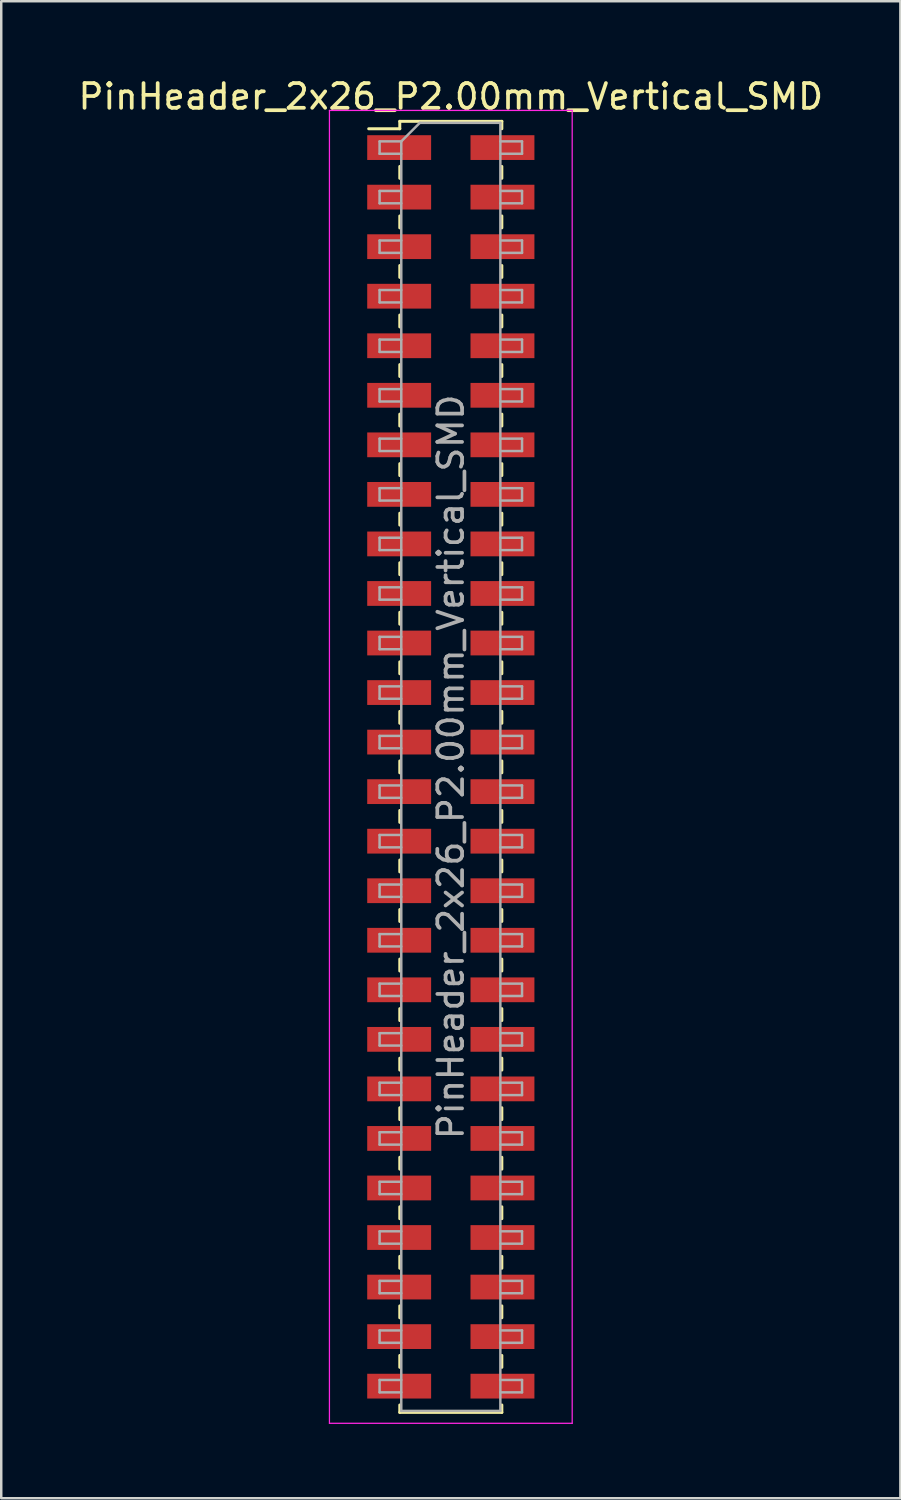
<source format=kicad_pcb>
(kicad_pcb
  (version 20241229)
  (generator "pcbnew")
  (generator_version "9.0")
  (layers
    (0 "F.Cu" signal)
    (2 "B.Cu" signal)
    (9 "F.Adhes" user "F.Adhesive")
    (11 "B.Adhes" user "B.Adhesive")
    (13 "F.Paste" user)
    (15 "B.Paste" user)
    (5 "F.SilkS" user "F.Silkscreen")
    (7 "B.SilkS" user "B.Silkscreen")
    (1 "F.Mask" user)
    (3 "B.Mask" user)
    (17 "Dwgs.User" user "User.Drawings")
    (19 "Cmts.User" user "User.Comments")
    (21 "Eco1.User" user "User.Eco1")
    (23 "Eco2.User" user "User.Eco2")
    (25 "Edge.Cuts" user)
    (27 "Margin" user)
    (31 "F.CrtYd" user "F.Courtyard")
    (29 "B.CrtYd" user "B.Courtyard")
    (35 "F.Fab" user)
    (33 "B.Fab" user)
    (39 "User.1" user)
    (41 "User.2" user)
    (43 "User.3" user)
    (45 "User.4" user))
  (footprint "PinHeader_2x26_P2.00mm_Vertical_SMD"
    (layer "F.Cu")
    (at 15.149 27.908)
    (property "Reference" "PinHeader_2x26_P2.00mm_Vertical_SMD" (at 0 -27.06 0) (layer "F.SilkS") (effects (font (size 1 1) (thickness 0.15))))
    (attr smd)
    (fp_line (start -3.315 -25.76) (end -2.06 -25.76) (stroke (width 0.12) (type solid)) (layer "F.SilkS"))
    (fp_line (start -2.06 -26.06) (end -2.06 -25.76) (stroke (width 0.12) (type solid)) (layer "F.SilkS"))
    (fp_line (start -2.06 -26.06) (end 2.06 -26.06) (stroke (width 0.12) (type solid)) (layer "F.SilkS"))
    (fp_line (start -2.06 -24.24) (end -2.06 -23.76) (stroke (width 0.12) (type solid)) (layer "F.SilkS"))
    (fp_line (start -2.06 -22.24) (end -2.06 -21.76) (stroke (width 0.12) (type solid)) (layer "F.SilkS"))
    (fp_line (start -2.06 -20.24) (end -2.06 -19.76) (stroke (width 0.12) (type solid)) (layer "F.SilkS"))
    (fp_line (start -2.06 -18.24) (end -2.06 -17.76) (stroke (width 0.12) (type solid)) (layer "F.SilkS"))
    (fp_line (start -2.06 -16.24) (end -2.06 -15.76) (stroke (width 0.12) (type solid)) (layer "F.SilkS"))
    (fp_line (start -2.06 -14.24) (end -2.06 -13.76) (stroke (width 0.12) (type solid)) (layer "F.SilkS"))
    (fp_line (start -2.06 -12.24) (end -2.06 -11.76) (stroke (width 0.12) (type solid)) (layer "F.SilkS"))
    (fp_line (start -2.06 -10.24) (end -2.06 -9.76) (stroke (width 0.12) (type solid)) (layer "F.SilkS"))
    (fp_line (start -2.06 -8.24) (end -2.06 -7.76) (stroke (width 0.12) (type solid)) (layer "F.SilkS"))
    (fp_line (start -2.06 -6.24) (end -2.06 -5.76) (stroke (width 0.12) (type solid)) (layer "F.SilkS"))
    (fp_line (start -2.06 -4.24) (end -2.06 -3.76) (stroke (width 0.12) (type solid)) (layer "F.SilkS"))
    (fp_line (start -2.06 -2.24) (end -2.06 -1.76) (stroke (width 0.12) (type solid)) (layer "F.SilkS"))
    (fp_line (start -2.06 -0.24) (end -2.06 0.24) (stroke (width 0.12) (type solid)) (layer "F.SilkS"))
    (fp_line (start -2.06 1.76) (end -2.06 2.24) (stroke (width 0.12) (type solid)) (layer "F.SilkS"))
    (fp_line (start -2.06 3.76) (end -2.06 4.24) (stroke (width 0.12) (type solid)) (layer "F.SilkS"))
    (fp_line (start -2.06 5.76) (end -2.06 6.24) (stroke (width 0.12) (type solid)) (layer "F.SilkS"))
    (fp_line (start -2.06 7.76) (end -2.06 8.24) (stroke (width 0.12) (type solid)) (layer "F.SilkS"))
    (fp_line (start -2.06 9.76) (end -2.06 10.24) (stroke (width 0.12) (type solid)) (layer "F.SilkS"))
    (fp_line (start -2.06 11.76) (end -2.06 12.24) (stroke (width 0.12) (type solid)) (layer "F.SilkS"))
    (fp_line (start -2.06 13.76) (end -2.06 14.24) (stroke (width 0.12) (type solid)) (layer "F.SilkS"))
    (fp_line (start -2.06 15.76) (end -2.06 16.24) (stroke (width 0.12) (type solid)) (layer "F.SilkS"))
    (fp_line (start -2.06 17.76) (end -2.06 18.24) (stroke (width 0.12) (type solid)) (layer "F.SilkS"))
    (fp_line (start -2.06 19.76) (end -2.06 20.24) (stroke (width 0.12) (type solid)) (layer "F.SilkS"))
    (fp_line (start -2.06 21.76) (end -2.06 22.24) (stroke (width 0.12) (type solid)) (layer "F.SilkS"))
    (fp_line (start -2.06 23.76) (end -2.06 24.24) (stroke (width 0.12) (type solid)) (layer "F.SilkS"))
    (fp_line (start -2.06 25.76) (end -2.06 26.06) (stroke (width 0.12) (type solid)) (layer "F.SilkS"))
    (fp_line (start -2.06 26.06) (end 2.06 26.06) (stroke (width 0.12) (type solid)) (layer "F.SilkS"))
    (fp_line (start 2.06 -26.06) (end 2.06 -25.76) (stroke (width 0.12) (type solid)) (layer "F.SilkS"))
    (fp_line (start 2.06 -24.24) (end 2.06 -23.76) (stroke (width 0.12) (type solid)) (layer "F.SilkS"))
    (fp_line (start 2.06 -22.24) (end 2.06 -21.76) (stroke (width 0.12) (type solid)) (layer "F.SilkS"))
    (fp_line (start 2.06 -20.24) (end 2.06 -19.76) (stroke (width 0.12) (type solid)) (layer "F.SilkS"))
    (fp_line (start 2.06 -18.24) (end 2.06 -17.76) (stroke (width 0.12) (type solid)) (layer "F.SilkS"))
    (fp_line (start 2.06 -16.24) (end 2.06 -15.76) (stroke (width 0.12) (type solid)) (layer "F.SilkS"))
    (fp_line (start 2.06 -14.24) (end 2.06 -13.76) (stroke (width 0.12) (type solid)) (layer "F.SilkS"))
    (fp_line (start 2.06 -12.24) (end 2.06 -11.76) (stroke (width 0.12) (type solid)) (layer "F.SilkS"))
    (fp_line (start 2.06 -10.24) (end 2.06 -9.76) (stroke (width 0.12) (type solid)) (layer "F.SilkS"))
    (fp_line (start 2.06 -8.24) (end 2.06 -7.76) (stroke (width 0.12) (type solid)) (layer "F.SilkS"))
    (fp_line (start 2.06 -6.24) (end 2.06 -5.76) (stroke (width 0.12) (type solid)) (layer "F.SilkS"))
    (fp_line (start 2.06 -4.24) (end 2.06 -3.76) (stroke (width 0.12) (type solid)) (layer "F.SilkS"))
    (fp_line (start 2.06 -2.24) (end 2.06 -1.76) (stroke (width 0.12) (type solid)) (layer "F.SilkS"))
    (fp_line (start 2.06 -0.24) (end 2.06 0.24) (stroke (width 0.12) (type solid)) (layer "F.SilkS"))
    (fp_line (start 2.06 1.76) (end 2.06 2.24) (stroke (width 0.12) (type solid)) (layer "F.SilkS"))
    (fp_line (start 2.06 3.76) (end 2.06 4.24) (stroke (width 0.12) (type solid)) (layer "F.SilkS"))
    (fp_line (start 2.06 5.76) (end 2.06 6.24) (stroke (width 0.12) (type solid)) (layer "F.SilkS"))
    (fp_line (start 2.06 7.76) (end 2.06 8.24) (stroke (width 0.12) (type solid)) (layer "F.SilkS"))
    (fp_line (start 2.06 9.76) (end 2.06 10.24) (stroke (width 0.12) (type solid)) (layer "F.SilkS"))
    (fp_line (start 2.06 11.76) (end 2.06 12.24) (stroke (width 0.12) (type solid)) (layer "F.SilkS"))
    (fp_line (start 2.06 13.76) (end 2.06 14.24) (stroke (width 0.12) (type solid)) (layer "F.SilkS"))
    (fp_line (start 2.06 15.76) (end 2.06 16.24) (stroke (width 0.12) (type solid)) (layer "F.SilkS"))
    (fp_line (start 2.06 17.76) (end 2.06 18.24) (stroke (width 0.12) (type solid)) (layer "F.SilkS"))
    (fp_line (start 2.06 19.76) (end 2.06 20.24) (stroke (width 0.12) (type solid)) (layer "F.SilkS"))
    (fp_line (start 2.06 21.76) (end 2.06 22.24) (stroke (width 0.12) (type solid)) (layer "F.SilkS"))
    (fp_line (start 2.06 23.76) (end 2.06 24.24) (stroke (width 0.12) (type solid)) (layer "F.SilkS"))
    (fp_line (start 2.06 25.76) (end 2.06 26.06) (stroke (width 0.12) (type solid)) (layer "F.SilkS"))
    (fp_line (start -4.9 -26.5) (end -4.9 26.5) (stroke (width 0.05) (type solid)) (layer "F.CrtYd"))
    (fp_line (start -4.9 26.5) (end 4.9 26.5) (stroke (width 0.05) (type solid)) (layer "F.CrtYd"))
    (fp_line (start 4.9 -26.5) (end -4.9 -26.5) (stroke (width 0.05) (type solid)) (layer "F.CrtYd"))
    (fp_line (start 4.9 26.5) (end 4.9 -26.5) (stroke (width 0.05) (type solid)) (layer "F.CrtYd"))
    (fp_line (start -2.875 -25.25) (end -2.875 -24.75) (stroke (width 0.1) (type solid)) (layer "F.Fab"))
    (fp_line (start -2.875 -24.75) (end -2 -24.75) (stroke (width 0.1) (type solid)) (layer "F.Fab"))
    (fp_line (start -2.875 -23.25) (end -2.875 -22.75) (stroke (width 0.1) (type solid)) (layer "F.Fab"))
    (fp_line (start -2.875 -22.75) (end -2 -22.75) (stroke (width 0.1) (type solid)) (layer "F.Fab"))
    (fp_line (start -2.875 -21.25) (end -2.875 -20.75) (stroke (width 0.1) (type solid)) (layer "F.Fab"))
    (fp_line (start -2.875 -20.75) (end -2 -20.75) (stroke (width 0.1) (type solid)) (layer "F.Fab"))
    (fp_line (start -2.875 -19.25) (end -2.875 -18.75) (stroke (width 0.1) (type solid)) (layer "F.Fab"))
    (fp_line (start -2.875 -18.75) (end -2 -18.75) (stroke (width 0.1) (type solid)) (layer "F.Fab"))
    (fp_line (start -2.875 -17.25) (end -2.875 -16.75) (stroke (width 0.1) (type solid)) (layer "F.Fab"))
    (fp_line (start -2.875 -16.75) (end -2 -16.75) (stroke (width 0.1) (type solid)) (layer "F.Fab"))
    (fp_line (start -2.875 -15.25) (end -2.875 -14.75) (stroke (width 0.1) (type solid)) (layer "F.Fab"))
    (fp_line (start -2.875 -14.75) (end -2 -14.75) (stroke (width 0.1) (type solid)) (layer "F.Fab"))
    (fp_line (start -2.875 -13.25) (end -2.875 -12.75) (stroke (width 0.1) (type solid)) (layer "F.Fab"))
    (fp_line (start -2.875 -12.75) (end -2 -12.75) (stroke (width 0.1) (type solid)) (layer "F.Fab"))
    (fp_line (start -2.875 -11.25) (end -2.875 -10.75) (stroke (width 0.1) (type solid)) (layer "F.Fab"))
    (fp_line (start -2.875 -10.75) (end -2 -10.75) (stroke (width 0.1) (type solid)) (layer "F.Fab"))
    (fp_line (start -2.875 -9.25) (end -2.875 -8.75) (stroke (width 0.1) (type solid)) (layer "F.Fab"))
    (fp_line (start -2.875 -8.75) (end -2 -8.75) (stroke (width 0.1) (type solid)) (layer "F.Fab"))
    (fp_line (start -2.875 -7.25) (end -2.875 -6.75) (stroke (width 0.1) (type solid)) (layer "F.Fab"))
    (fp_line (start -2.875 -6.75) (end -2 -6.75) (stroke (width 0.1) (type solid)) (layer "F.Fab"))
    (fp_line (start -2.875 -5.25) (end -2.875 -4.75) (stroke (width 0.1) (type solid)) (layer "F.Fab"))
    (fp_line (start -2.875 -4.75) (end -2 -4.75) (stroke (width 0.1) (type solid)) (layer "F.Fab"))
    (fp_line (start -2.875 -3.25) (end -2.875 -2.75) (stroke (width 0.1) (type solid)) (layer "F.Fab"))
    (fp_line (start -2.875 -2.75) (end -2 -2.75) (stroke (width 0.1) (type solid)) (layer "F.Fab"))
    (fp_line (start -2.875 -1.25) (end -2.875 -0.75) (stroke (width 0.1) (type solid)) (layer "F.Fab"))
    (fp_line (start -2.875 -0.75) (end -2 -0.75) (stroke (width 0.1) (type solid)) (layer "F.Fab"))
    (fp_line (start -2.875 0.75) (end -2.875 1.25) (stroke (width 0.1) (type solid)) (layer "F.Fab"))
    (fp_line (start -2.875 1.25) (end -2 1.25) (stroke (width 0.1) (type solid)) (layer "F.Fab"))
    (fp_line (start -2.875 2.75) (end -2.875 3.25) (stroke (width 0.1) (type solid)) (layer "F.Fab"))
    (fp_line (start -2.875 3.25) (end -2 3.25) (stroke (width 0.1) (type solid)) (layer "F.Fab"))
    (fp_line (start -2.875 4.75) (end -2.875 5.25) (stroke (width 0.1) (type solid)) (layer "F.Fab"))
    (fp_line (start -2.875 5.25) (end -2 5.25) (stroke (width 0.1) (type solid)) (layer "F.Fab"))
    (fp_line (start -2.875 6.75) (end -2.875 7.25) (stroke (width 0.1) (type solid)) (layer "F.Fab"))
    (fp_line (start -2.875 7.25) (end -2 7.25) (stroke (width 0.1) (type solid)) (layer "F.Fab"))
    (fp_line (start -2.875 8.75) (end -2.875 9.25) (stroke (width 0.1) (type solid)) (layer "F.Fab"))
    (fp_line (start -2.875 9.25) (end -2 9.25) (stroke (width 0.1) (type solid)) (layer "F.Fab"))
    (fp_line (start -2.875 10.75) (end -2.875 11.25) (stroke (width 0.1) (type solid)) (layer "F.Fab"))
    (fp_line (start -2.875 11.25) (end -2 11.25) (stroke (width 0.1) (type solid)) (layer "F.Fab"))
    (fp_line (start -2.875 12.75) (end -2.875 13.25) (stroke (width 0.1) (type solid)) (layer "F.Fab"))
    (fp_line (start -2.875 13.25) (end -2 13.25) (stroke (width 0.1) (type solid)) (layer "F.Fab"))
    (fp_line (start -2.875 14.75) (end -2.875 15.25) (stroke (width 0.1) (type solid)) (layer "F.Fab"))
    (fp_line (start -2.875 15.25) (end -2 15.25) (stroke (width 0.1) (type solid)) (layer "F.Fab"))
    (fp_line (start -2.875 16.75) (end -2.875 17.25) (stroke (width 0.1) (type solid)) (layer "F.Fab"))
    (fp_line (start -2.875 17.25) (end -2 17.25) (stroke (width 0.1) (type solid)) (layer "F.Fab"))
    (fp_line (start -2.875 18.75) (end -2.875 19.25) (stroke (width 0.1) (type solid)) (layer "F.Fab"))
    (fp_line (start -2.875 19.25) (end -2 19.25) (stroke (width 0.1) (type solid)) (layer "F.Fab"))
    (fp_line (start -2.875 20.75) (end -2.875 21.25) (stroke (width 0.1) (type solid)) (layer "F.Fab"))
    (fp_line (start -2.875 21.25) (end -2 21.25) (stroke (width 0.1) (type solid)) (layer "F.Fab"))
    (fp_line (start -2.875 22.75) (end -2.875 23.25) (stroke (width 0.1) (type solid)) (layer "F.Fab"))
    (fp_line (start -2.875 23.25) (end -2 23.25) (stroke (width 0.1) (type solid)) (layer "F.Fab"))
    (fp_line (start -2.875 24.75) (end -2.875 25.25) (stroke (width 0.1) (type solid)) (layer "F.Fab"))
    (fp_line (start -2.875 25.25) (end -2 25.25) (stroke (width 0.1) (type solid)) (layer "F.Fab"))
    (fp_line (start -2 -25.25) (end -2.875 -25.25) (stroke (width 0.1) (type solid)) (layer "F.Fab"))
    (fp_line (start -2 -25.25) (end -1.25 -26) (stroke (width 0.1) (type solid)) (layer "F.Fab"))
    (fp_line (start -2 -23.25) (end -2.875 -23.25) (stroke (width 0.1) (type solid)) (layer "F.Fab"))
    (fp_line (start -2 -21.25) (end -2.875 -21.25) (stroke (width 0.1) (type solid)) (layer "F.Fab"))
    (fp_line (start -2 -19.25) (end -2.875 -19.25) (stroke (width 0.1) (type solid)) (layer "F.Fab"))
    (fp_line (start -2 -17.25) (end -2.875 -17.25) (stroke (width 0.1) (type solid)) (layer "F.Fab"))
    (fp_line (start -2 -15.25) (end -2.875 -15.25) (stroke (width 0.1) (type solid)) (layer "F.Fab"))
    (fp_line (start -2 -13.25) (end -2.875 -13.25) (stroke (width 0.1) (type solid)) (layer "F.Fab"))
    (fp_line (start -2 -11.25) (end -2.875 -11.25) (stroke (width 0.1) (type solid)) (layer "F.Fab"))
    (fp_line (start -2 -9.25) (end -2.875 -9.25) (stroke (width 0.1) (type solid)) (layer "F.Fab"))
    (fp_line (start -2 -7.25) (end -2.875 -7.25) (stroke (width 0.1) (type solid)) (layer "F.Fab"))
    (fp_line (start -2 -5.25) (end -2.875 -5.25) (stroke (width 0.1) (type solid)) (layer "F.Fab"))
    (fp_line (start -2 -3.25) (end -2.875 -3.25) (stroke (width 0.1) (type solid)) (layer "F.Fab"))
    (fp_line (start -2 -1.25) (end -2.875 -1.25) (stroke (width 0.1) (type solid)) (layer "F.Fab"))
    (fp_line (start -2 0.75) (end -2.875 0.75) (stroke (width 0.1) (type solid)) (layer "F.Fab"))
    (fp_line (start -2 2.75) (end -2.875 2.75) (stroke (width 0.1) (type solid)) (layer "F.Fab"))
    (fp_line (start -2 4.75) (end -2.875 4.75) (stroke (width 0.1) (type solid)) (layer "F.Fab"))
    (fp_line (start -2 6.75) (end -2.875 6.75) (stroke (width 0.1) (type solid)) (layer "F.Fab"))
    (fp_line (start -2 8.75) (end -2.875 8.75) (stroke (width 0.1) (type solid)) (layer "F.Fab"))
    (fp_line (start -2 10.75) (end -2.875 10.75) (stroke (width 0.1) (type solid)) (layer "F.Fab"))
    (fp_line (start -2 12.75) (end -2.875 12.75) (stroke (width 0.1) (type solid)) (layer "F.Fab"))
    (fp_line (start -2 14.75) (end -2.875 14.75) (stroke (width 0.1) (type solid)) (layer "F.Fab"))
    (fp_line (start -2 16.75) (end -2.875 16.75) (stroke (width 0.1) (type solid)) (layer "F.Fab"))
    (fp_line (start -2 18.75) (end -2.875 18.75) (stroke (width 0.1) (type solid)) (layer "F.Fab"))
    (fp_line (start -2 20.75) (end -2.875 20.75) (stroke (width 0.1) (type solid)) (layer "F.Fab"))
    (fp_line (start -2 22.75) (end -2.875 22.75) (stroke (width 0.1) (type solid)) (layer "F.Fab"))
    (fp_line (start -2 24.75) (end -2.875 24.75) (stroke (width 0.1) (type solid)) (layer "F.Fab"))
    (fp_line (start -2 26) (end -2 -25.25) (stroke (width 0.1) (type solid)) (layer "F.Fab"))
    (fp_line (start -1.25 -26) (end 2 -26) (stroke (width 0.1) (type solid)) (layer "F.Fab"))
    (fp_line (start 2 -26) (end 2 26) (stroke (width 0.1) (type solid)) (layer "F.Fab"))
    (fp_line (start 2 -25.25) (end 2.875 -25.25) (stroke (width 0.1) (type solid)) (layer "F.Fab"))
    (fp_line (start 2 -23.25) (end 2.875 -23.25) (stroke (width 0.1) (type solid)) (layer "F.Fab"))
    (fp_line (start 2 -21.25) (end 2.875 -21.25) (stroke (width 0.1) (type solid)) (layer "F.Fab"))
    (fp_line (start 2 -19.25) (end 2.875 -19.25) (stroke (width 0.1) (type solid)) (layer "F.Fab"))
    (fp_line (start 2 -17.25) (end 2.875 -17.25) (stroke (width 0.1) (type solid)) (layer "F.Fab"))
    (fp_line (start 2 -15.25) (end 2.875 -15.25) (stroke (width 0.1) (type solid)) (layer "F.Fab"))
    (fp_line (start 2 -13.25) (end 2.875 -13.25) (stroke (width 0.1) (type solid)) (layer "F.Fab"))
    (fp_line (start 2 -11.25) (end 2.875 -11.25) (stroke (width 0.1) (type solid)) (layer "F.Fab"))
    (fp_line (start 2 -9.25) (end 2.875 -9.25) (stroke (width 0.1) (type solid)) (layer "F.Fab"))
    (fp_line (start 2 -7.25) (end 2.875 -7.25) (stroke (width 0.1) (type solid)) (layer "F.Fab"))
    (fp_line (start 2 -5.25) (end 2.875 -5.25) (stroke (width 0.1) (type solid)) (layer "F.Fab"))
    (fp_line (start 2 -3.25) (end 2.875 -3.25) (stroke (width 0.1) (type solid)) (layer "F.Fab"))
    (fp_line (start 2 -1.25) (end 2.875 -1.25) (stroke (width 0.1) (type solid)) (layer "F.Fab"))
    (fp_line (start 2 0.75) (end 2.875 0.75) (stroke (width 0.1) (type solid)) (layer "F.Fab"))
    (fp_line (start 2 2.75) (end 2.875 2.75) (stroke (width 0.1) (type solid)) (layer "F.Fab"))
    (fp_line (start 2 4.75) (end 2.875 4.75) (stroke (width 0.1) (type solid)) (layer "F.Fab"))
    (fp_line (start 2 6.75) (end 2.875 6.75) (stroke (width 0.1) (type solid)) (layer "F.Fab"))
    (fp_line (start 2 8.75) (end 2.875 8.75) (stroke (width 0.1) (type solid)) (layer "F.Fab"))
    (fp_line (start 2 10.75) (end 2.875 10.75) (stroke (width 0.1) (type solid)) (layer "F.Fab"))
    (fp_line (start 2 12.75) (end 2.875 12.75) (stroke (width 0.1) (type solid)) (layer "F.Fab"))
    (fp_line (start 2 14.75) (end 2.875 14.75) (stroke (width 0.1) (type solid)) (layer "F.Fab"))
    (fp_line (start 2 16.75) (end 2.875 16.75) (stroke (width 0.1) (type solid)) (layer "F.Fab"))
    (fp_line (start 2 18.75) (end 2.875 18.75) (stroke (width 0.1) (type solid)) (layer "F.Fab"))
    (fp_line (start 2 20.75) (end 2.875 20.75) (stroke (width 0.1) (type solid)) (layer "F.Fab"))
    (fp_line (start 2 22.75) (end 2.875 22.75) (stroke (width 0.1) (type solid)) (layer "F.Fab"))
    (fp_line (start 2 24.75) (end 2.875 24.75) (stroke (width 0.1) (type solid)) (layer "F.Fab"))
    (fp_line (start 2 26) (end -2 26) (stroke (width 0.1) (type solid)) (layer "F.Fab"))
    (fp_line (start 2.875 -25.25) (end 2.875 -24.75) (stroke (width 0.1) (type solid)) (layer "F.Fab"))
    (fp_line (start 2.875 -24.75) (end 2 -24.75) (stroke (width 0.1) (type solid)) (layer "F.Fab"))
    (fp_line (start 2.875 -23.25) (end 2.875 -22.75) (stroke (width 0.1) (type solid)) (layer "F.Fab"))
    (fp_line (start 2.875 -22.75) (end 2 -22.75) (stroke (width 0.1) (type solid)) (layer "F.Fab"))
    (fp_line (start 2.875 -21.25) (end 2.875 -20.75) (stroke (width 0.1) (type solid)) (layer "F.Fab"))
    (fp_line (start 2.875 -20.75) (end 2 -20.75) (stroke (width 0.1) (type solid)) (layer "F.Fab"))
    (fp_line (start 2.875 -19.25) (end 2.875 -18.75) (stroke (width 0.1) (type solid)) (layer "F.Fab"))
    (fp_line (start 2.875 -18.75) (end 2 -18.75) (stroke (width 0.1) (type solid)) (layer "F.Fab"))
    (fp_line (start 2.875 -17.25) (end 2.875 -16.75) (stroke (width 0.1) (type solid)) (layer "F.Fab"))
    (fp_line (start 2.875 -16.75) (end 2 -16.75) (stroke (width 0.1) (type solid)) (layer "F.Fab"))
    (fp_line (start 2.875 -15.25) (end 2.875 -14.75) (stroke (width 0.1) (type solid)) (layer "F.Fab"))
    (fp_line (start 2.875 -14.75) (end 2 -14.75) (stroke (width 0.1) (type solid)) (layer "F.Fab"))
    (fp_line (start 2.875 -13.25) (end 2.875 -12.75) (stroke (width 0.1) (type solid)) (layer "F.Fab"))
    (fp_line (start 2.875 -12.75) (end 2 -12.75) (stroke (width 0.1) (type solid)) (layer "F.Fab"))
    (fp_line (start 2.875 -11.25) (end 2.875 -10.75) (stroke (width 0.1) (type solid)) (layer "F.Fab"))
    (fp_line (start 2.875 -10.75) (end 2 -10.75) (stroke (width 0.1) (type solid)) (layer "F.Fab"))
    (fp_line (start 2.875 -9.25) (end 2.875 -8.75) (stroke (width 0.1) (type solid)) (layer "F.Fab"))
    (fp_line (start 2.875 -8.75) (end 2 -8.75) (stroke (width 0.1) (type solid)) (layer "F.Fab"))
    (fp_line (start 2.875 -7.25) (end 2.875 -6.75) (stroke (width 0.1) (type solid)) (layer "F.Fab"))
    (fp_line (start 2.875 -6.75) (end 2 -6.75) (stroke (width 0.1) (type solid)) (layer "F.Fab"))
    (fp_line (start 2.875 -5.25) (end 2.875 -4.75) (stroke (width 0.1) (type solid)) (layer "F.Fab"))
    (fp_line (start 2.875 -4.75) (end 2 -4.75) (stroke (width 0.1) (type solid)) (layer "F.Fab"))
    (fp_line (start 2.875 -3.25) (end 2.875 -2.75) (stroke (width 0.1) (type solid)) (layer "F.Fab"))
    (fp_line (start 2.875 -2.75) (end 2 -2.75) (stroke (width 0.1) (type solid)) (layer "F.Fab"))
    (fp_line (start 2.875 -1.25) (end 2.875 -0.75) (stroke (width 0.1) (type solid)) (layer "F.Fab"))
    (fp_line (start 2.875 -0.75) (end 2 -0.75) (stroke (width 0.1) (type solid)) (layer "F.Fab"))
    (fp_line (start 2.875 0.75) (end 2.875 1.25) (stroke (width 0.1) (type solid)) (layer "F.Fab"))
    (fp_line (start 2.875 1.25) (end 2 1.25) (stroke (width 0.1) (type solid)) (layer "F.Fab"))
    (fp_line (start 2.875 2.75) (end 2.875 3.25) (stroke (width 0.1) (type solid)) (layer "F.Fab"))
    (fp_line (start 2.875 3.25) (end 2 3.25) (stroke (width 0.1) (type solid)) (layer "F.Fab"))
    (fp_line (start 2.875 4.75) (end 2.875 5.25) (stroke (width 0.1) (type solid)) (layer "F.Fab"))
    (fp_line (start 2.875 5.25) (end 2 5.25) (stroke (width 0.1) (type solid)) (layer "F.Fab"))
    (fp_line (start 2.875 6.75) (end 2.875 7.25) (stroke (width 0.1) (type solid)) (layer "F.Fab"))
    (fp_line (start 2.875 7.25) (end 2 7.25) (stroke (width 0.1) (type solid)) (layer "F.Fab"))
    (fp_line (start 2.875 8.75) (end 2.875 9.25) (stroke (width 0.1) (type solid)) (layer "F.Fab"))
    (fp_line (start 2.875 9.25) (end 2 9.25) (stroke (width 0.1) (type solid)) (layer "F.Fab"))
    (fp_line (start 2.875 10.75) (end 2.875 11.25) (stroke (width 0.1) (type solid)) (layer "F.Fab"))
    (fp_line (start 2.875 11.25) (end 2 11.25) (stroke (width 0.1) (type solid)) (layer "F.Fab"))
    (fp_line (start 2.875 12.75) (end 2.875 13.25) (stroke (width 0.1) (type solid)) (layer "F.Fab"))
    (fp_line (start 2.875 13.25) (end 2 13.25) (stroke (width 0.1) (type solid)) (layer "F.Fab"))
    (fp_line (start 2.875 14.75) (end 2.875 15.25) (stroke (width 0.1) (type solid)) (layer "F.Fab"))
    (fp_line (start 2.875 15.25) (end 2 15.25) (stroke (width 0.1) (type solid)) (layer "F.Fab"))
    (fp_line (start 2.875 16.75) (end 2.875 17.25) (stroke (width 0.1) (type solid)) (layer "F.Fab"))
    (fp_line (start 2.875 17.25) (end 2 17.25) (stroke (width 0.1) (type solid)) (layer "F.Fab"))
    (fp_line (start 2.875 18.75) (end 2.875 19.25) (stroke (width 0.1) (type solid)) (layer "F.Fab"))
    (fp_line (start 2.875 19.25) (end 2 19.25) (stroke (width 0.1) (type solid)) (layer "F.Fab"))
    (fp_line (start 2.875 20.75) (end 2.875 21.25) (stroke (width 0.1) (type solid)) (layer "F.Fab"))
    (fp_line (start 2.875 21.25) (end 2 21.25) (stroke (width 0.1) (type solid)) (layer "F.Fab"))
    (fp_line (start 2.875 22.75) (end 2.875 23.25) (stroke (width 0.1) (type solid)) (layer "F.Fab"))
    (fp_line (start 2.875 23.25) (end 2 23.25) (stroke (width 0.1) (type solid)) (layer "F.Fab"))
    (fp_line (start 2.875 24.75) (end 2.875 25.25) (stroke (width 0.1) (type solid)) (layer "F.Fab"))
    (fp_line (start 2.875 25.25) (end 2 25.25) (stroke (width 0.1) (type solid)) (layer "F.Fab"))
    (fp_text user "${REFERENCE}" (at 0 0 90) (layer "F.Fab") (effects (font (size 1 1) (thickness 0.15))))
    (pad "1" smd rect (at -2.085 -25) (size 2.58 1) (layers "F.Cu" "F.Mask" "F.Paste"))
    (pad "2" smd rect (at 2.085 -25) (size 2.58 1) (layers "F.Cu" "F.Mask" "F.Paste"))
    (pad "3" smd rect (at -2.085 -23) (size 2.58 1) (layers "F.Cu" "F.Mask" "F.Paste"))
    (pad "4" smd rect (at 2.085 -23) (size 2.58 1) (layers "F.Cu" "F.Mask" "F.Paste"))
    (pad "5" smd rect (at -2.085 -21) (size 2.58 1) (layers "F.Cu" "F.Mask" "F.Paste"))
    (pad "6" smd rect (at 2.085 -21) (size 2.58 1) (layers "F.Cu" "F.Mask" "F.Paste"))
    (pad "7" smd rect (at -2.085 -19) (size 2.58 1) (layers "F.Cu" "F.Mask" "F.Paste"))
    (pad "8" smd rect (at 2.085 -19) (size 2.58 1) (layers "F.Cu" "F.Mask" "F.Paste"))
    (pad "9" smd rect (at -2.085 -17) (size 2.58 1) (layers "F.Cu" "F.Mask" "F.Paste"))
    (pad "10" smd rect (at 2.085 -17) (size 2.58 1) (layers "F.Cu" "F.Mask" "F.Paste"))
    (pad "11" smd rect (at -2.085 -15) (size 2.58 1) (layers "F.Cu" "F.Mask" "F.Paste"))
    (pad "12" smd rect (at 2.085 -15) (size 2.58 1) (layers "F.Cu" "F.Mask" "F.Paste"))
    (pad "13" smd rect (at -2.085 -13) (size 2.58 1) (layers "F.Cu" "F.Mask" "F.Paste"))
    (pad "14" smd rect (at 2.085 -13) (size 2.58 1) (layers "F.Cu" "F.Mask" "F.Paste"))
    (pad "15" smd rect (at -2.085 -11) (size 2.58 1) (layers "F.Cu" "F.Mask" "F.Paste"))
    (pad "16" smd rect (at 2.085 -11) (size 2.58 1) (layers "F.Cu" "F.Mask" "F.Paste"))
    (pad "17" smd rect (at -2.085 -9) (size 2.58 1) (layers "F.Cu" "F.Mask" "F.Paste"))
    (pad "18" smd rect (at 2.085 -9) (size 2.58 1) (layers "F.Cu" "F.Mask" "F.Paste"))
    (pad "19" smd rect (at -2.085 -7) (size 2.58 1) (layers "F.Cu" "F.Mask" "F.Paste"))
    (pad "20" smd rect (at 2.085 -7) (size 2.58 1) (layers "F.Cu" "F.Mask" "F.Paste"))
    (pad "21" smd rect (at -2.085 -5) (size 2.58 1) (layers "F.Cu" "F.Mask" "F.Paste"))
    (pad "22" smd rect (at 2.085 -5) (size 2.58 1) (layers "F.Cu" "F.Mask" "F.Paste"))
    (pad "23" smd rect (at -2.085 -3) (size 2.58 1) (layers "F.Cu" "F.Mask" "F.Paste"))
    (pad "24" smd rect (at 2.085 -3) (size 2.58 1) (layers "F.Cu" "F.Mask" "F.Paste"))
    (pad "25" smd rect (at -2.085 -1) (size 2.58 1) (layers "F.Cu" "F.Mask" "F.Paste"))
    (pad "26" smd rect (at 2.085 -1) (size 2.58 1) (layers "F.Cu" "F.Mask" "F.Paste"))
    (pad "27" smd rect (at -2.085 1) (size 2.58 1) (layers "F.Cu" "F.Mask" "F.Paste"))
    (pad "28" smd rect (at 2.085 1) (size 2.58 1) (layers "F.Cu" "F.Mask" "F.Paste"))
    (pad "29" smd rect (at -2.085 3) (size 2.58 1) (layers "F.Cu" "F.Mask" "F.Paste"))
    (pad "30" smd rect (at 2.085 3) (size 2.58 1) (layers "F.Cu" "F.Mask" "F.Paste"))
    (pad "31" smd rect (at -2.085 5) (size 2.58 1) (layers "F.Cu" "F.Mask" "F.Paste"))
    (pad "32" smd rect (at 2.085 5) (size 2.58 1) (layers "F.Cu" "F.Mask" "F.Paste"))
    (pad "33" smd rect (at -2.085 7) (size 2.58 1) (layers "F.Cu" "F.Mask" "F.Paste"))
    (pad "34" smd rect (at 2.085 7) (size 2.58 1) (layers "F.Cu" "F.Mask" "F.Paste"))
    (pad "35" smd rect (at -2.085 9) (size 2.58 1) (layers "F.Cu" "F.Mask" "F.Paste"))
    (pad "36" smd rect (at 2.085 9) (size 2.58 1) (layers "F.Cu" "F.Mask" "F.Paste"))
    (pad "37" smd rect (at -2.085 11) (size 2.58 1) (layers "F.Cu" "F.Mask" "F.Paste"))
    (pad "38" smd rect (at 2.085 11) (size 2.58 1) (layers "F.Cu" "F.Mask" "F.Paste"))
    (pad "39" smd rect (at -2.085 13) (size 2.58 1) (layers "F.Cu" "F.Mask" "F.Paste"))
    (pad "40" smd rect (at 2.085 13) (size 2.58 1) (layers "F.Cu" "F.Mask" "F.Paste"))
    (pad "41" smd rect (at -2.085 15) (size 2.58 1) (layers "F.Cu" "F.Mask" "F.Paste"))
    (pad "42" smd rect (at 2.085 15) (size 2.58 1) (layers "F.Cu" "F.Mask" "F.Paste"))
    (pad "43" smd rect (at -2.085 17) (size 2.58 1) (layers "F.Cu" "F.Mask" "F.Paste"))
    (pad "44" smd rect (at 2.085 17) (size 2.58 1) (layers "F.Cu" "F.Mask" "F.Paste"))
    (pad "45" smd rect (at -2.085 19) (size 2.58 1) (layers "F.Cu" "F.Mask" "F.Paste"))
    (pad "46" smd rect (at 2.085 19) (size 2.58 1) (layers "F.Cu" "F.Mask" "F.Paste"))
    (pad "47" smd rect (at -2.085 21) (size 2.58 1) (layers "F.Cu" "F.Mask" "F.Paste"))
    (pad "48" smd rect (at 2.085 21) (size 2.58 1) (layers "F.Cu" "F.Mask" "F.Paste"))
    (pad "49" smd rect (at -2.085 23) (size 2.58 1) (layers "F.Cu" "F.Mask" "F.Paste"))
    (pad "50" smd rect (at 2.085 23) (size 2.58 1) (layers "F.Cu" "F.Mask" "F.Paste"))
    (pad "51" smd rect (at -2.085 25) (size 2.58 1) (layers "F.Cu" "F.Mask" "F.Paste"))
    (pad "52" smd rect (at 2.085 25) (size 2.58 1) (layers "F.Cu" "F.Mask" "F.Paste")))
  (gr_rect
    (start -3 -3)
    (end 33.298 57.433)
    (stroke (width 0.1) (type default))
    (fill no)
    (layer "Edge.Cuts")))
</source>
